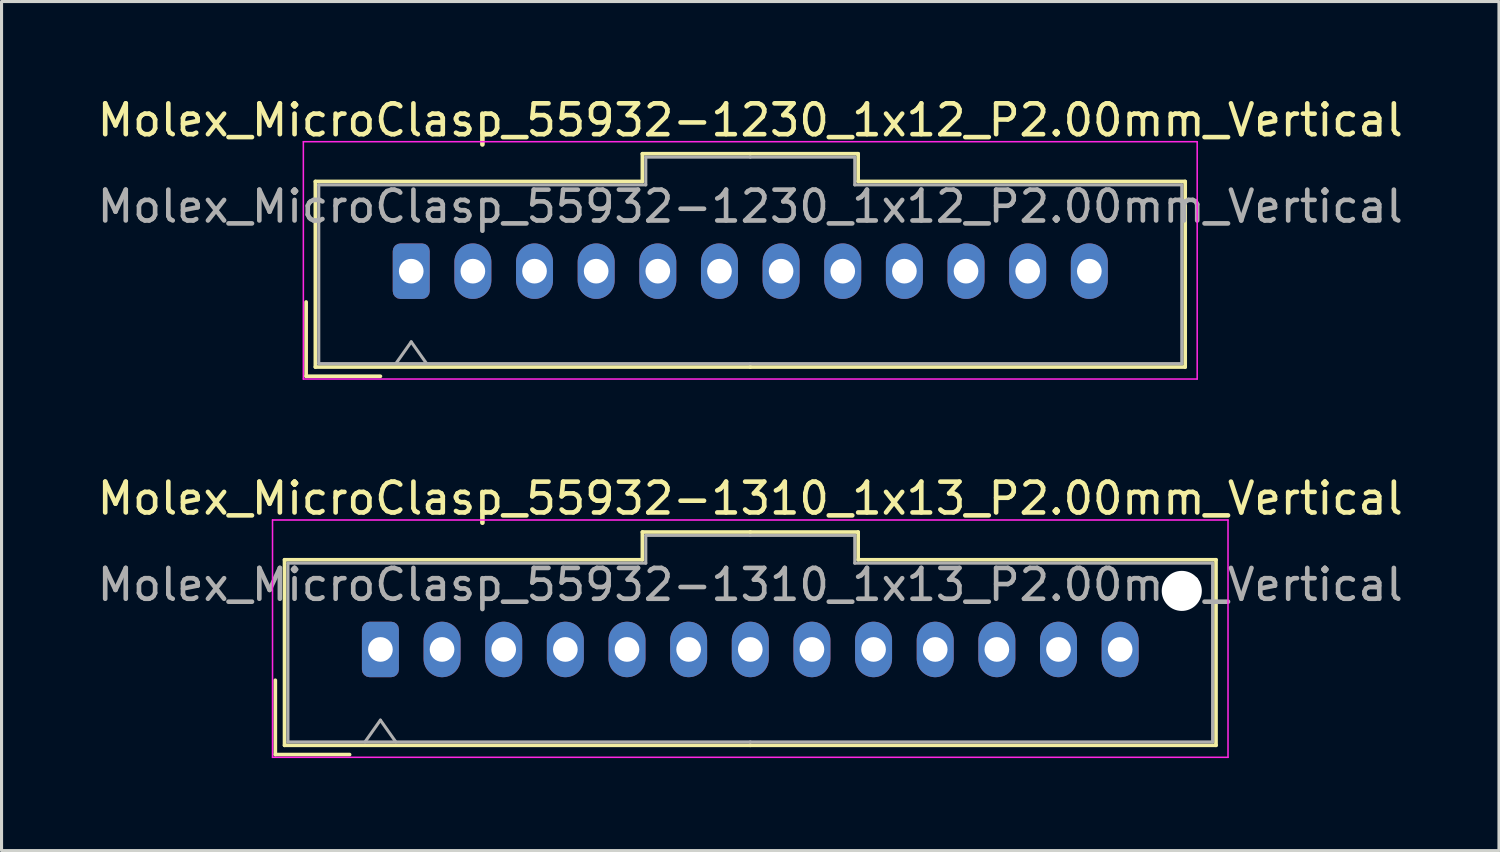
<source format=kicad_pcb>
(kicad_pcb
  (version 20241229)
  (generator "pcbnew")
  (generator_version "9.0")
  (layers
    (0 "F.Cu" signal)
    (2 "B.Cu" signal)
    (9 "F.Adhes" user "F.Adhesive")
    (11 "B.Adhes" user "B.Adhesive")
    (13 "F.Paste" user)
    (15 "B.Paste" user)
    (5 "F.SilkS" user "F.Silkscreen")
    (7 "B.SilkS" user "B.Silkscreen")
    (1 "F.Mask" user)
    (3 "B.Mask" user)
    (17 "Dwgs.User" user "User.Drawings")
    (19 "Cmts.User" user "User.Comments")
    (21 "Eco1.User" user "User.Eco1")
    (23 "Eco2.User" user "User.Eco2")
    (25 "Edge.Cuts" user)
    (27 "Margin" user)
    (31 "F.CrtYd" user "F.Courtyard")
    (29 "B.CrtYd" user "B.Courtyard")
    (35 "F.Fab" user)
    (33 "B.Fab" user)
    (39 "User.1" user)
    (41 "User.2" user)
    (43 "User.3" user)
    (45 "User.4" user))
  (footprint "Molex_MicroClasp_55932-1310_1x13_P2.00mm_Vertical"
    (layer "F.Cu")
    (at 9.292 18.021)
    (property "Reference" "Molex_MicroClasp_55932-1310_1x13_P2.00mm_Vertical" (at 12 -4.9 0) (layer "F.SilkS") (effects (font (size 1 1) (thickness 0.15))))
    (attr through_hole)
    (fp_line (start -3.41 1) (end -3.41 3.41) (stroke (width 0.12) (type solid)) (layer "F.SilkS"))
    (fp_line (start -3.41 3.41) (end -1 3.41) (stroke (width 0.12) (type solid)) (layer "F.SilkS"))
    (fp_line (start -3.11 -2.91) (end -3.11 3.11) (stroke (width 0.12) (type solid)) (layer "F.SilkS"))
    (fp_line (start -3.11 3.11) (end 12 3.11) (stroke (width 0.12) (type solid)) (layer "F.SilkS"))
    (fp_line (start 8.5 -3.81) (end 8.5 -2.91) (stroke (width 0.12) (type solid)) (layer "F.SilkS"))
    (fp_line (start 8.5 -2.91) (end -3.11 -2.91) (stroke (width 0.12) (type solid)) (layer "F.SilkS"))
    (fp_line (start 12 -3.81) (end 8.5 -3.81) (stroke (width 0.12) (type solid)) (layer "F.SilkS"))
    (fp_line (start 12 -3.81) (end 15.5 -3.81) (stroke (width 0.12) (type solid)) (layer "F.SilkS"))
    (fp_line (start 15.5 -3.81) (end 15.5 -2.91) (stroke (width 0.12) (type solid)) (layer "F.SilkS"))
    (fp_line (start 15.5 -2.91) (end 27.11 -2.91) (stroke (width 0.12) (type solid)) (layer "F.SilkS"))
    (fp_line (start 27.11 -2.91) (end 27.11 3.11) (stroke (width 0.12) (type solid)) (layer "F.SilkS"))
    (fp_line (start 27.11 3.11) (end 12 3.11) (stroke (width 0.12) (type solid)) (layer "F.SilkS"))
    (fp_line (start -3.5 -4.2) (end -3.5 3.5) (stroke (width 0.05) (type solid)) (layer "F.CrtYd"))
    (fp_line (start -3.5 3.5) (end 27.5 3.5) (stroke (width 0.05) (type solid)) (layer "F.CrtYd"))
    (fp_line (start 27.5 -4.2) (end -3.5 -4.2) (stroke (width 0.05) (type solid)) (layer "F.CrtYd"))
    (fp_line (start 27.5 3.5) (end 27.5 -4.2) (stroke (width 0.05) (type solid)) (layer "F.CrtYd"))
    (fp_line (start -3 -2.8) (end -3 3) (stroke (width 0.1) (type solid)) (layer "F.Fab"))
    (fp_line (start -3 3) (end 12 3) (stroke (width 0.1) (type solid)) (layer "F.Fab"))
    (fp_line (start -0.5 3) (end 0 2.293) (stroke (width 0.1) (type solid)) (layer "F.Fab"))
    (fp_line (start 0 2.293) (end 0.5 3) (stroke (width 0.1) (type solid)) (layer "F.Fab"))
    (fp_line (start 8.61 -3.7) (end 8.61 -2.8) (stroke (width 0.1) (type solid)) (layer "F.Fab"))
    (fp_line (start 8.61 -2.8) (end -3 -2.8) (stroke (width 0.1) (type solid)) (layer "F.Fab"))
    (fp_line (start 12 -3.7) (end 8.61 -3.7) (stroke (width 0.1) (type solid)) (layer "F.Fab"))
    (fp_line (start 12 -3.7) (end 15.39 -3.7) (stroke (width 0.1) (type solid)) (layer "F.Fab"))
    (fp_line (start 15.39 -3.7) (end 15.39 -2.8) (stroke (width 0.1) (type solid)) (layer "F.Fab"))
    (fp_line (start 15.39 -2.8) (end 27 -2.8) (stroke (width 0.1) (type solid)) (layer "F.Fab"))
    (fp_line (start 27 -2.8) (end 27 3) (stroke (width 0.1) (type solid)) (layer "F.Fab"))
    (fp_line (start 27 3) (end 12 3) (stroke (width 0.1) (type solid)) (layer "F.Fab"))
    (fp_text user "${REFERENCE}" (at 12 -2.1 0) (layer "F.Fab") (effects (font (size 1 1) (thickness 0.15))))
    (pad "" np_thru_hole circle (at 26 -1.9) (size 1.3 1.3) (drill 1.3) (layers "*.Cu" "*.Mask"))
    (pad "1" thru_hole roundrect (at 0 0) (size 1.2 1.8) (drill 0.8) (layers "*.Cu" "*.Mask") (roundrect_rratio 0.208))
    (pad "2" thru_hole oval (at 2 0) (size 1.2 1.8) (drill 0.8) (layers "*.Cu" "*.Mask"))
    (pad "3" thru_hole oval (at 4 0) (size 1.2 1.8) (drill 0.8) (layers "*.Cu" "*.Mask"))
    (pad "4" thru_hole oval (at 6 0) (size 1.2 1.8) (drill 0.8) (layers "*.Cu" "*.Mask"))
    (pad "5" thru_hole oval (at 8 0) (size 1.2 1.8) (drill 0.8) (layers "*.Cu" "*.Mask"))
    (pad "6" thru_hole oval (at 10 0) (size 1.2 1.8) (drill 0.8) (layers "*.Cu" "*.Mask"))
    (pad "7" thru_hole oval (at 12 0) (size 1.2 1.8) (drill 0.8) (layers "*.Cu" "*.Mask"))
    (pad "8" thru_hole oval (at 14 0) (size 1.2 1.8) (drill 0.8) (layers "*.Cu" "*.Mask"))
    (pad "9" thru_hole oval (at 16 0) (size 1.2 1.8) (drill 0.8) (layers "*.Cu" "*.Mask"))
    (pad "10" thru_hole oval (at 18 0) (size 1.2 1.8) (drill 0.8) (layers "*.Cu" "*.Mask"))
    (pad "11" thru_hole oval (at 20 0) (size 1.2 1.8) (drill 0.8) (layers "*.Cu" "*.Mask"))
    (pad "12" thru_hole oval (at 22 0) (size 1.2 1.8) (drill 0.8) (layers "*.Cu" "*.Mask"))
    (pad "13" thru_hole oval (at 24 0) (size 1.2 1.8) (drill 0.8) (layers "*.Cu" "*.Mask")))
  (footprint "Molex_MicroClasp_55932-1230_1x12_P2.00mm_Vertical"
    (layer "F.Cu")
    (at 10.292 5.748)
    (property "Reference" "Molex_MicroClasp_55932-1230_1x12_P2.00mm_Vertical" (at 11 -4.9 0) (layer "F.SilkS") (effects (font (size 1 1) (thickness 0.15))))
    (attr through_hole)
    (fp_line (start -3.41 1) (end -3.41 3.41) (stroke (width 0.12) (type solid)) (layer "F.SilkS"))
    (fp_line (start -3.41 3.41) (end -1 3.41) (stroke (width 0.12) (type solid)) (layer "F.SilkS"))
    (fp_line (start -3.11 -2.91) (end -3.11 3.11) (stroke (width 0.12) (type solid)) (layer "F.SilkS"))
    (fp_line (start -3.11 3.11) (end 11 3.11) (stroke (width 0.12) (type solid)) (layer "F.SilkS"))
    (fp_line (start 7.5 -3.81) (end 7.5 -2.91) (stroke (width 0.12) (type solid)) (layer "F.SilkS"))
    (fp_line (start 7.5 -2.91) (end -3.11 -2.91) (stroke (width 0.12) (type solid)) (layer "F.SilkS"))
    (fp_line (start 11 -3.81) (end 7.5 -3.81) (stroke (width 0.12) (type solid)) (layer "F.SilkS"))
    (fp_line (start 11 -3.81) (end 14.5 -3.81) (stroke (width 0.12) (type solid)) (layer "F.SilkS"))
    (fp_line (start 14.5 -3.81) (end 14.5 -2.91) (stroke (width 0.12) (type solid)) (layer "F.SilkS"))
    (fp_line (start 14.5 -2.91) (end 25.11 -2.91) (stroke (width 0.12) (type solid)) (layer "F.SilkS"))
    (fp_line (start 25.11 -2.91) (end 25.11 3.11) (stroke (width 0.12) (type solid)) (layer "F.SilkS"))
    (fp_line (start 25.11 3.11) (end 11 3.11) (stroke (width 0.12) (type solid)) (layer "F.SilkS"))
    (fp_line (start -3.5 -4.2) (end -3.5 3.5) (stroke (width 0.05) (type solid)) (layer "F.CrtYd"))
    (fp_line (start -3.5 3.5) (end 25.5 3.5) (stroke (width 0.05) (type solid)) (layer "F.CrtYd"))
    (fp_line (start 25.5 -4.2) (end -3.5 -4.2) (stroke (width 0.05) (type solid)) (layer "F.CrtYd"))
    (fp_line (start 25.5 3.5) (end 25.5 -4.2) (stroke (width 0.05) (type solid)) (layer "F.CrtYd"))
    (fp_line (start -3 -2.8) (end -3 3) (stroke (width 0.1) (type solid)) (layer "F.Fab"))
    (fp_line (start -3 3) (end 11 3) (stroke (width 0.1) (type solid)) (layer "F.Fab"))
    (fp_line (start -0.5 3) (end 0 2.293) (stroke (width 0.1) (type solid)) (layer "F.Fab"))
    (fp_line (start 0 2.293) (end 0.5 3) (stroke (width 0.1) (type solid)) (layer "F.Fab"))
    (fp_line (start 7.61 -3.7) (end 7.61 -2.8) (stroke (width 0.1) (type solid)) (layer "F.Fab"))
    (fp_line (start 7.61 -2.8) (end -3 -2.8) (stroke (width 0.1) (type solid)) (layer "F.Fab"))
    (fp_line (start 11 -3.7) (end 7.61 -3.7) (stroke (width 0.1) (type solid)) (layer "F.Fab"))
    (fp_line (start 11 -3.7) (end 14.39 -3.7) (stroke (width 0.1) (type solid)) (layer "F.Fab"))
    (fp_line (start 14.39 -3.7) (end 14.39 -2.8) (stroke (width 0.1) (type solid)) (layer "F.Fab"))
    (fp_line (start 14.39 -2.8) (end 25 -2.8) (stroke (width 0.1) (type solid)) (layer "F.Fab"))
    (fp_line (start 25 -2.8) (end 25 3) (stroke (width 0.1) (type solid)) (layer "F.Fab"))
    (fp_line (start 25 3) (end 11 3) (stroke (width 0.1) (type solid)) (layer "F.Fab"))
    (fp_text user "${REFERENCE}" (at 11 -2.1 0) (layer "F.Fab") (effects (font (size 1 1) (thickness 0.15))))
    (pad "1" thru_hole roundrect (at 0 0) (size 1.2 1.8) (drill 0.8) (layers "*.Cu" "*.Mask") (roundrect_rratio 0.208))
    (pad "2" thru_hole oval (at 2 0) (size 1.2 1.8) (drill 0.8) (layers "*.Cu" "*.Mask"))
    (pad "3" thru_hole oval (at 4 0) (size 1.2 1.8) (drill 0.8) (layers "*.Cu" "*.Mask"))
    (pad "4" thru_hole oval (at 6 0) (size 1.2 1.8) (drill 0.8) (layers "*.Cu" "*.Mask"))
    (pad "5" thru_hole oval (at 8 0) (size 1.2 1.8) (drill 0.8) (layers "*.Cu" "*.Mask"))
    (pad "6" thru_hole oval (at 10 0) (size 1.2 1.8) (drill 0.8) (layers "*.Cu" "*.Mask"))
    (pad "7" thru_hole oval (at 12 0) (size 1.2 1.8) (drill 0.8) (layers "*.Cu" "*.Mask"))
    (pad "8" thru_hole oval (at 14 0) (size 1.2 1.8) (drill 0.8) (layers "*.Cu" "*.Mask"))
    (pad "9" thru_hole oval (at 16 0) (size 1.2 1.8) (drill 0.8) (layers "*.Cu" "*.Mask"))
    (pad "10" thru_hole oval (at 18 0) (size 1.2 1.8) (drill 0.8) (layers "*.Cu" "*.Mask"))
    (pad "11" thru_hole oval (at 20 0) (size 1.2 1.8) (drill 0.8) (layers "*.Cu" "*.Mask"))
    (pad "12" thru_hole oval (at 22 0) (size 1.2 1.8) (drill 0.8) (layers "*.Cu" "*.Mask")))
  (gr_rect
    (start -3 -3)
    (end 45.583 24.547)
    (stroke (width 0.1) (type default))
    (fill no)
    (layer "Edge.Cuts")))
</source>
